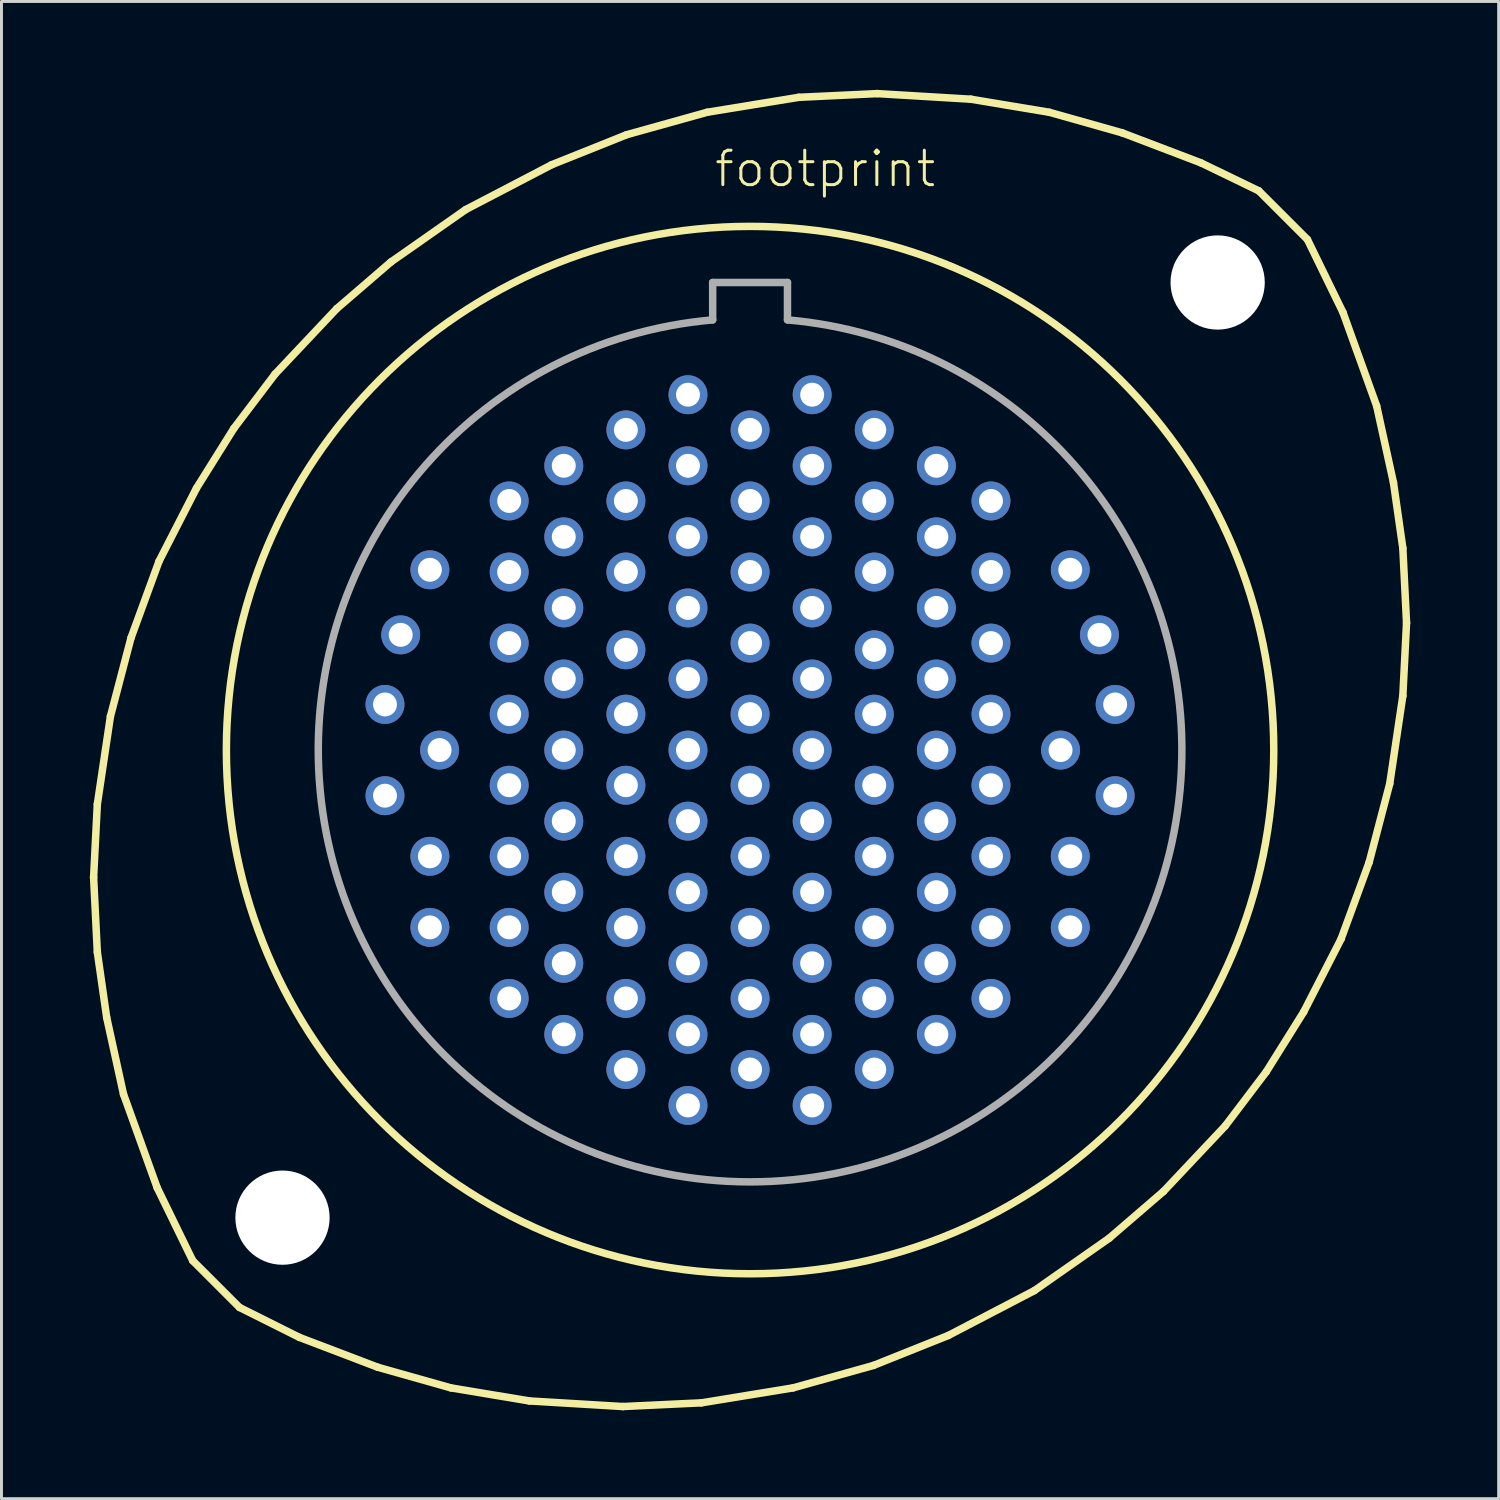
<source format=kicad_pcb>
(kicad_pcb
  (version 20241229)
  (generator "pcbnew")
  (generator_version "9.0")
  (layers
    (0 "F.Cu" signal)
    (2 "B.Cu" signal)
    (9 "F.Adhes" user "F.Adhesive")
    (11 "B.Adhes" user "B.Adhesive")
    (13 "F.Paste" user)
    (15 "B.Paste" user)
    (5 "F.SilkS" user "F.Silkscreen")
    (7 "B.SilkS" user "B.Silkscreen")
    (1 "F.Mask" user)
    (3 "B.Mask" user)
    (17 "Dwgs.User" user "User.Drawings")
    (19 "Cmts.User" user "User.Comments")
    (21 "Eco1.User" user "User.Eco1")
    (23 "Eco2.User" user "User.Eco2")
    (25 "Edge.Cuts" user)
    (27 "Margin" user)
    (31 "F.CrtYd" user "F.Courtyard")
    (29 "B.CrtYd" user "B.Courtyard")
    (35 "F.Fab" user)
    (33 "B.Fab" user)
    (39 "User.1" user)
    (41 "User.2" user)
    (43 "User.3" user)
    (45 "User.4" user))
  (footprint "footprint"
    (layer "F.Cu")
    (at 22.416 22.416)
    (property "Reference" "footprint" (at -1.27 -19.05 0) (layer "F.SilkS") (effects (font (size 1.168 1.168) (thickness 0.102)) (justify left bottom)))
    (fp_line (start -22.288 4.318) (end -22.162 1.841) (stroke (width 0.254) (type solid)) (layer "F.SilkS"))
    (fp_line (start -22.162 1.841) (end -21.717 -1.143) (stroke (width 0.254) (type solid)) (layer "F.SilkS"))
    (fp_line (start -22.162 6.858) (end -22.288 4.318) (stroke (width 0.254) (type solid)) (layer "F.SilkS"))
    (fp_line (start -21.844 9.081) (end -22.162 6.858) (stroke (width 0.254) (type solid)) (layer "F.SilkS"))
    (fp_line (start -21.717 -1.143) (end -21.018 -3.81) (stroke (width 0.254) (type solid)) (layer "F.SilkS"))
    (fp_line (start -21.273 11.684) (end -21.844 9.081) (stroke (width 0.254) (type solid)) (layer "F.SilkS"))
    (fp_line (start -21.018 -3.81) (end -20.066 -6.413) (stroke (width 0.254) (type solid)) (layer "F.SilkS"))
    (fp_line (start -20.13 14.859) (end -21.273 11.684) (stroke (width 0.254) (type solid)) (layer "F.SilkS"))
    (fp_line (start -20.066 -6.413) (end -18.796 -8.89) (stroke (width 0.254) (type solid)) (layer "F.SilkS"))
    (fp_line (start -18.923 17.335) (end -20.13 14.859) (stroke (width 0.254) (type solid)) (layer "F.SilkS"))
    (fp_line (start -18.923 17.335) (end -17.335 18.923) (stroke (width 0.254) (type solid)) (layer "F.SilkS"))
    (fp_line (start -18.796 -8.89) (end -17.526 -10.922) (stroke (width 0.254) (type solid)) (layer "F.SilkS"))
    (fp_line (start -17.526 -10.922) (end -16.129 -12.764) (stroke (width 0.254) (type solid)) (layer "F.SilkS"))
    (fp_line (start -16.129 -12.764) (end -14.034 -14.986) (stroke (width 0.254) (type solid)) (layer "F.SilkS"))
    (fp_line (start -15.303 19.939) (end -17.335 18.923) (stroke (width 0.254) (type solid)) (layer "F.SilkS"))
    (fp_line (start -14.034 -14.986) (end -12.192 -16.573) (stroke (width 0.254) (type solid)) (layer "F.SilkS"))
    (fp_line (start -12.636 20.955) (end -15.303 19.939) (stroke (width 0.254) (type solid)) (layer "F.SilkS"))
    (fp_line (start -12.192 -16.573) (end -9.652 -18.352) (stroke (width 0.254) (type solid)) (layer "F.SilkS"))
    (fp_line (start -10.16 21.654) (end -12.636 20.955) (stroke (width 0.254) (type solid)) (layer "F.SilkS"))
    (fp_line (start -9.652 -18.352) (end -6.731 -19.875) (stroke (width 0.254) (type solid)) (layer "F.SilkS"))
    (fp_line (start -7.493 22.098) (end -10.16 21.654) (stroke (width 0.254) (type solid)) (layer "F.SilkS"))
    (fp_line (start -6.731 -19.875) (end -4.191 -20.892) (stroke (width 0.254) (type solid)) (layer "F.SilkS"))
    (fp_line (start -4.318 22.288) (end -7.493 22.098) (stroke (width 0.254) (type solid)) (layer "F.SilkS"))
    (fp_line (start -4.191 -20.892) (end -1.46 -21.654) (stroke (width 0.254) (type solid)) (layer "F.SilkS"))
    (fp_line (start -1.651 22.162) (end -4.318 22.288) (stroke (width 0.254) (type solid)) (layer "F.SilkS"))
    (fp_line (start -1.46 -21.654) (end 1.651 -22.162) (stroke (width 0.254) (type solid)) (layer "F.SilkS"))
    (fp_line (start 1.46 21.654) (end -1.651 22.162) (stroke (width 0.254) (type solid)) (layer "F.SilkS"))
    (fp_line (start 1.651 -22.162) (end 4.318 -22.288) (stroke (width 0.254) (type solid)) (layer "F.SilkS"))
    (fp_line (start 4.191 20.892) (end 1.46 21.654) (stroke (width 0.254) (type solid)) (layer "F.SilkS"))
    (fp_line (start 4.318 -22.288) (end 7.493 -22.098) (stroke (width 0.254) (type solid)) (layer "F.SilkS"))
    (fp_line (start 6.731 19.875) (end 4.191 20.892) (stroke (width 0.254) (type solid)) (layer "F.SilkS"))
    (fp_line (start 7.493 -22.098) (end 10.16 -21.654) (stroke (width 0.254) (type solid)) (layer "F.SilkS"))
    (fp_line (start 9.652 18.352) (end 6.731 19.875) (stroke (width 0.254) (type solid)) (layer "F.SilkS"))
    (fp_line (start 10.16 -21.654) (end 12.636 -20.955) (stroke (width 0.254) (type solid)) (layer "F.SilkS"))
    (fp_line (start 12.192 16.573) (end 9.652 18.352) (stroke (width 0.254) (type solid)) (layer "F.SilkS"))
    (fp_line (start 12.636 -20.955) (end 15.303 -19.939) (stroke (width 0.254) (type solid)) (layer "F.SilkS"))
    (fp_line (start 14.034 14.986) (end 12.192 16.573) (stroke (width 0.254) (type solid)) (layer "F.SilkS"))
    (fp_line (start 15.303 -19.939) (end 17.272 -18.986) (stroke (width 0.254) (type solid)) (layer "F.SilkS"))
    (fp_line (start 16.129 12.764) (end 14.034 14.986) (stroke (width 0.254) (type solid)) (layer "F.SilkS"))
    (fp_line (start 17.526 10.922) (end 16.129 12.764) (stroke (width 0.254) (type solid)) (layer "F.SilkS"))
    (fp_line (start 18.796 8.89) (end 17.526 10.922) (stroke (width 0.254) (type solid)) (layer "F.SilkS"))
    (fp_line (start 18.923 -17.335) (end 17.272 -18.986) (stroke (width 0.254) (type solid)) (layer "F.SilkS"))
    (fp_line (start 18.923 -17.335) (end 20.13 -14.859) (stroke (width 0.254) (type solid)) (layer "F.SilkS"))
    (fp_line (start 20.066 6.413) (end 18.796 8.89) (stroke (width 0.254) (type solid)) (layer "F.SilkS"))
    (fp_line (start 20.13 -14.859) (end 21.273 -11.684) (stroke (width 0.254) (type solid)) (layer "F.SilkS"))
    (fp_line (start 21.018 3.81) (end 20.066 6.413) (stroke (width 0.254) (type solid)) (layer "F.SilkS"))
    (fp_line (start 21.273 -11.684) (end 21.844 -9.081) (stroke (width 0.254) (type solid)) (layer "F.SilkS"))
    (fp_line (start 21.717 1.143) (end 21.018 3.81) (stroke (width 0.254) (type solid)) (layer "F.SilkS"))
    (fp_line (start 21.844 -9.081) (end 22.162 -6.858) (stroke (width 0.254) (type solid)) (layer "F.SilkS"))
    (fp_line (start 22.162 -6.858) (end 22.288 -4.318) (stroke (width 0.254) (type solid)) (layer "F.SilkS"))
    (fp_line (start 22.162 -1.841) (end 21.717 1.143) (stroke (width 0.254) (type solid)) (layer "F.SilkS"))
    (fp_line (start 22.288 -4.318) (end 22.162 -1.841) (stroke (width 0.254) (type solid)) (layer "F.SilkS"))
    (fp_circle (center 0 0) (end 17.78 0) (stroke (width 0.254) (type solid)) (fill no) (layer "F.SilkS"))
    (fp_line (start -1.27 -15.875) (end 1.27 -15.875) (stroke (width 0.254) (type solid)) (layer "F.Fab"))
    (fp_line (start -1.27 -14.605) (end -1.27 -15.875) (stroke (width 0.254) (type solid)) (layer "F.Fab"))
    (fp_line (start 1.27 -15.875) (end 1.27 -14.605) (stroke (width 0.254) (type solid)) (layer "F.Fab"))
    (fp_arc (start 1.27 -14.605) (mid 0 14.660113) (end -1.27 -14.605) (stroke (width 0.254) (type solid)) (layer "F.Fab"))
    (pad "" np_thru_hole circle (at -15.875 15.875) (size 3.2 3.2) (drill 3.2) (layers "*.Cu" "*.Mask"))
    (pad "" np_thru_hole circle (at 15.875 -15.875) (size 3.2 3.2) (drill 3.2) (layers "*.Cu" "*.Mask"))
    (pad "1" thru_hole circle (at -10.871 -6.121) (size 1.321 1.321) (drill 0.813) (layers "*.Cu" "*.Mask"))
    (pad "2" thru_hole circle (at -11.862 -3.912) (size 1.321 1.321) (drill 0.813) (layers "*.Cu" "*.Mask"))
    (pad "3" thru_hole circle (at -12.395 -1.549) (size 1.321 1.321) (drill 0.813) (layers "*.Cu" "*.Mask"))
    (pad "4" thru_hole circle (at -10.541 0) (size 1.321 1.321) (drill 0.813) (layers "*.Cu" "*.Mask"))
    (pad "5" thru_hole circle (at -12.395 1.549) (size 1.321 1.321) (drill 0.813) (layers "*.Cu" "*.Mask"))
    (pad "6" thru_hole circle (at -10.871 3.607) (size 1.321 1.321) (drill 0.813) (layers "*.Cu" "*.Mask"))
    (pad "7" thru_hole circle (at -10.871 6.02) (size 1.321 1.321) (drill 0.813) (layers "*.Cu" "*.Mask"))
    (pad "8" thru_hole circle (at -8.179 -8.458) (size 1.321 1.321) (drill 0.813) (layers "*.Cu" "*.Mask"))
    (pad "9" thru_hole circle (at -8.179 -6.045) (size 1.321 1.321) (drill 0.813) (layers "*.Cu" "*.Mask"))
    (pad "10" thru_hole circle (at -8.179 -3.632) (size 1.321 1.321) (drill 0.813) (layers "*.Cu" "*.Mask"))
    (pad "11" thru_hole circle (at -8.179 -1.219) (size 1.321 1.321) (drill 0.813) (layers "*.Cu" "*.Mask"))
    (pad "12" thru_hole circle (at -8.179 1.194) (size 1.321 1.321) (drill 0.813) (layers "*.Cu" "*.Mask"))
    (pad "13" thru_hole circle (at -8.179 3.607) (size 1.321 1.321) (drill 0.813) (layers "*.Cu" "*.Mask"))
    (pad "14" thru_hole circle (at -8.179 6.02) (size 1.321 1.321) (drill 0.813) (layers "*.Cu" "*.Mask"))
    (pad "15" thru_hole circle (at -8.179 8.433) (size 1.321 1.321) (drill 0.813) (layers "*.Cu" "*.Mask"))
    (pad "16" thru_hole circle (at -6.325 -9.652) (size 1.321 1.321) (drill 0.813) (layers "*.Cu" "*.Mask"))
    (pad "17" thru_hole circle (at -6.325 -7.239) (size 1.321 1.321) (drill 0.813) (layers "*.Cu" "*.Mask"))
    (pad "18" thru_hole circle (at -6.325 -4.826) (size 1.321 1.321) (drill 0.813) (layers "*.Cu" "*.Mask"))
    (pad "19" thru_hole circle (at -6.325 -2.413) (size 1.321 1.321) (drill 0.813) (layers "*.Cu" "*.Mask"))
    (pad "20" thru_hole circle (at -6.325 0) (size 1.321 1.321) (drill 0.813) (layers "*.Cu" "*.Mask"))
    (pad "21" thru_hole circle (at -6.325 2.413) (size 1.321 1.321) (drill 0.813) (layers "*.Cu" "*.Mask"))
    (pad "22" thru_hole circle (at -6.325 4.826) (size 1.321 1.321) (drill 0.813) (layers "*.Cu" "*.Mask"))
    (pad "23" thru_hole circle (at -6.325 7.239) (size 1.321 1.321) (drill 0.813) (layers "*.Cu" "*.Mask"))
    (pad "24" thru_hole circle (at -6.325 9.652) (size 1.321 1.321) (drill 0.813) (layers "*.Cu" "*.Mask"))
    (pad "25" thru_hole circle (at -4.216 -10.871) (size 1.321 1.321) (drill 0.813) (layers "*.Cu" "*.Mask"))
    (pad "26" thru_hole circle (at -4.216 -8.458) (size 1.321 1.321) (drill 0.813) (layers "*.Cu" "*.Mask"))
    (pad "27" thru_hole circle (at -4.216 -6.045) (size 1.321 1.321) (drill 0.813) (layers "*.Cu" "*.Mask"))
    (pad "28" thru_hole circle (at -4.216 -3.404) (size 1.321 1.321) (drill 0.813) (layers "*.Cu" "*.Mask"))
    (pad "29" thru_hole circle (at -4.216 -1.219) (size 1.321 1.321) (drill 0.813) (layers "*.Cu" "*.Mask"))
    (pad "30" thru_hole circle (at -4.216 1.194) (size 1.321 1.321) (drill 0.813) (layers "*.Cu" "*.Mask"))
    (pad "31" thru_hole circle (at -4.216 3.607) (size 1.321 1.321) (drill 0.813) (layers "*.Cu" "*.Mask"))
    (pad "32" thru_hole circle (at -4.216 6.02) (size 1.321 1.321) (drill 0.813) (layers "*.Cu" "*.Mask"))
    (pad "33" thru_hole circle (at -4.216 8.433) (size 1.321 1.321) (drill 0.813) (layers "*.Cu" "*.Mask"))
    (pad "34" thru_hole circle (at -4.216 10.846) (size 1.321 1.321) (drill 0.813) (layers "*.Cu" "*.Mask"))
    (pad "35" thru_hole circle (at -2.108 -12.065) (size 1.321 1.321) (drill 0.813) (layers "*.Cu" "*.Mask"))
    (pad "36" thru_hole circle (at -2.108 -9.652) (size 1.321 1.321) (drill 0.813) (layers "*.Cu" "*.Mask"))
    (pad "37" thru_hole circle (at -2.108 -7.239) (size 1.321 1.321) (drill 0.813) (layers "*.Cu" "*.Mask"))
    (pad "38" thru_hole circle (at -2.108 -4.826) (size 1.321 1.321) (drill 0.813) (layers "*.Cu" "*.Mask"))
    (pad "39" thru_hole circle (at -2.108 -2.413) (size 1.321 1.321) (drill 0.813) (layers "*.Cu" "*.Mask"))
    (pad "40" thru_hole circle (at -2.108 0) (size 1.321 1.321) (drill 0.813) (layers "*.Cu" "*.Mask"))
    (pad "41" thru_hole circle (at -2.108 2.413) (size 1.321 1.321) (drill 0.813) (layers "*.Cu" "*.Mask"))
    (pad "42" thru_hole circle (at -2.108 4.826) (size 1.321 1.321) (drill 0.813) (layers "*.Cu" "*.Mask"))
    (pad "43" thru_hole circle (at -2.108 7.239) (size 1.321 1.321) (drill 0.813) (layers "*.Cu" "*.Mask"))
    (pad "44" thru_hole circle (at -2.108 9.652) (size 1.321 1.321) (drill 0.813) (layers "*.Cu" "*.Mask"))
    (pad "45" thru_hole circle (at -2.108 12.065) (size 1.321 1.321) (drill 0.813) (layers "*.Cu" "*.Mask"))
    (pad "46" thru_hole circle (at 0 -10.871) (size 1.321 1.321) (drill 0.813) (layers "*.Cu" "*.Mask"))
    (pad "47" thru_hole circle (at 0 -8.458) (size 1.321 1.321) (drill 0.813) (layers "*.Cu" "*.Mask"))
    (pad "48" thru_hole circle (at 0 -6.045) (size 1.321 1.321) (drill 0.813) (layers "*.Cu" "*.Mask"))
    (pad "49" thru_hole circle (at 0 -3.632) (size 1.321 1.321) (drill 0.813) (layers "*.Cu" "*.Mask"))
    (pad "50" thru_hole circle (at 0 -1.219) (size 1.321 1.321) (drill 0.813) (layers "*.Cu" "*.Mask"))
    (pad "51" thru_hole circle (at 0 1.194) (size 1.321 1.321) (drill 0.813) (layers "*.Cu" "*.Mask"))
    (pad "52" thru_hole circle (at 0 3.607) (size 1.321 1.321) (drill 0.813) (layers "*.Cu" "*.Mask"))
    (pad "53" thru_hole circle (at 0 6.02) (size 1.321 1.321) (drill 0.813) (layers "*.Cu" "*.Mask"))
    (pad "54" thru_hole circle (at 0 8.433) (size 1.321 1.321) (drill 0.813) (layers "*.Cu" "*.Mask"))
    (pad "55" thru_hole circle (at 0 10.846) (size 1.321 1.321) (drill 0.813) (layers "*.Cu" "*.Mask"))
    (pad "56" thru_hole circle (at 2.108 -12.065) (size 1.321 1.321) (drill 0.813) (layers "*.Cu" "*.Mask"))
    (pad "57" thru_hole circle (at 2.108 -9.652) (size 1.321 1.321) (drill 0.813) (layers "*.Cu" "*.Mask"))
    (pad "58" thru_hole circle (at 2.108 -7.239) (size 1.321 1.321) (drill 0.813) (layers "*.Cu" "*.Mask"))
    (pad "59" thru_hole circle (at 2.108 -4.826) (size 1.321 1.321) (drill 0.813) (layers "*.Cu" "*.Mask"))
    (pad "60" thru_hole circle (at 2.108 -2.413) (size 1.321 1.321) (drill 0.813) (layers "*.Cu" "*.Mask"))
    (pad "61" thru_hole circle (at 2.108 0) (size 1.321 1.321) (drill 0.813) (layers "*.Cu" "*.Mask"))
    (pad "62" thru_hole circle (at 2.108 2.413) (size 1.321 1.321) (drill 0.813) (layers "*.Cu" "*.Mask"))
    (pad "63" thru_hole circle (at 2.108 4.826) (size 1.321 1.321) (drill 0.813) (layers "*.Cu" "*.Mask"))
    (pad "64" thru_hole circle (at 2.108 7.239) (size 1.321 1.321) (drill 0.813) (layers "*.Cu" "*.Mask"))
    (pad "65" thru_hole circle (at 2.108 9.652) (size 1.321 1.321) (drill 0.813) (layers "*.Cu" "*.Mask"))
    (pad "66" thru_hole circle (at 2.108 12.065) (size 1.321 1.321) (drill 0.813) (layers "*.Cu" "*.Mask"))
    (pad "67" thru_hole circle (at 4.216 -10.871) (size 1.321 1.321) (drill 0.813) (layers "*.Cu" "*.Mask"))
    (pad "68" thru_hole circle (at 4.216 -8.458) (size 1.321 1.321) (drill 0.813) (layers "*.Cu" "*.Mask"))
    (pad "69" thru_hole circle (at 4.216 -6.045) (size 1.321 1.321) (drill 0.813) (layers "*.Cu" "*.Mask"))
    (pad "70" thru_hole circle (at 4.216 -3.404) (size 1.321 1.321) (drill 0.813) (layers "*.Cu" "*.Mask"))
    (pad "71" thru_hole circle (at 4.216 -1.219) (size 1.321 1.321) (drill 0.813) (layers "*.Cu" "*.Mask"))
    (pad "72" thru_hole circle (at 4.216 1.194) (size 1.321 1.321) (drill 0.813) (layers "*.Cu" "*.Mask"))
    (pad "73" thru_hole circle (at 4.216 3.607) (size 1.321 1.321) (drill 0.813) (layers "*.Cu" "*.Mask"))
    (pad "74" thru_hole circle (at 4.216 6.02) (size 1.321 1.321) (drill 0.813) (layers "*.Cu" "*.Mask"))
    (pad "75" thru_hole circle (at 4.216 8.433) (size 1.321 1.321) (drill 0.813) (layers "*.Cu" "*.Mask"))
    (pad "76" thru_hole circle (at 4.216 10.846) (size 1.321 1.321) (drill 0.813) (layers "*.Cu" "*.Mask"))
    (pad "77" thru_hole circle (at 6.325 -9.652) (size 1.321 1.321) (drill 0.813) (layers "*.Cu" "*.Mask"))
    (pad "78" thru_hole circle (at 6.325 -7.239) (size 1.321 1.321) (drill 0.813) (layers "*.Cu" "*.Mask"))
    (pad "79" thru_hole circle (at 6.325 -4.826) (size 1.321 1.321) (drill 0.813) (layers "*.Cu" "*.Mask"))
    (pad "80" thru_hole circle (at 6.325 -2.413) (size 1.321 1.321) (drill 0.813) (layers "*.Cu" "*.Mask"))
    (pad "81" thru_hole circle (at 6.325 0) (size 1.321 1.321) (drill 0.813) (layers "*.Cu" "*.Mask"))
    (pad "82" thru_hole circle (at 6.325 2.413) (size 1.321 1.321) (drill 0.813) (layers "*.Cu" "*.Mask"))
    (pad "83" thru_hole circle (at 6.325 4.826) (size 1.321 1.321) (drill 0.813) (layers "*.Cu" "*.Mask"))
    (pad "84" thru_hole circle (at 6.325 7.239) (size 1.321 1.321) (drill 0.813) (layers "*.Cu" "*.Mask"))
    (pad "85" thru_hole circle (at 6.325 9.652) (size 1.321 1.321) (drill 0.813) (layers "*.Cu" "*.Mask"))
    (pad "86" thru_hole circle (at 8.179 -8.458) (size 1.321 1.321) (drill 0.813) (layers "*.Cu" "*.Mask"))
    (pad "87" thru_hole circle (at 8.179 -6.045) (size 1.321 1.321) (drill 0.813) (layers "*.Cu" "*.Mask"))
    (pad "88" thru_hole circle (at 8.179 -3.632) (size 1.321 1.321) (drill 0.813) (layers "*.Cu" "*.Mask"))
    (pad "89" thru_hole circle (at 8.179 -1.219) (size 1.321 1.321) (drill 0.813) (layers "*.Cu" "*.Mask"))
    (pad "90" thru_hole circle (at 8.179 1.194) (size 1.321 1.321) (drill 0.813) (layers "*.Cu" "*.Mask"))
    (pad "91" thru_hole circle (at 8.179 3.607) (size 1.321 1.321) (drill 0.813) (layers "*.Cu" "*.Mask"))
    (pad "92" thru_hole circle (at 8.179 6.02) (size 1.321 1.321) (drill 0.813) (layers "*.Cu" "*.Mask"))
    (pad "93" thru_hole circle (at 8.179 8.433) (size 1.321 1.321) (drill 0.813) (layers "*.Cu" "*.Mask"))
    (pad "94" thru_hole circle (at 10.871 -6.121) (size 1.321 1.321) (drill 0.813) (layers "*.Cu" "*.Mask"))
    (pad "95" thru_hole circle (at 11.862 -3.912) (size 1.321 1.321) (drill 0.813) (layers "*.Cu" "*.Mask"))
    (pad "96" thru_hole circle (at 12.395 -1.549) (size 1.321 1.321) (drill 0.813) (layers "*.Cu" "*.Mask"))
    (pad "97" thru_hole circle (at 10.541 0) (size 1.321 1.321) (drill 0.813) (layers "*.Cu" "*.Mask"))
    (pad "98" thru_hole circle (at 12.395 1.549) (size 1.321 1.321) (drill 0.813) (layers "*.Cu" "*.Mask"))
    (pad "99" thru_hole circle (at 10.871 3.607) (size 1.321 1.321) (drill 0.813) (layers "*.Cu" "*.Mask"))
    (pad "100" thru_hole circle (at 10.871 6.02) (size 1.321 1.321) (drill 0.813) (layers "*.Cu" "*.Mask")))
  (gr_rect
    (start -3 -3)
    (end 47.831 47.831)
    (stroke (width 0.1) (type default))
    (fill no)
    (layer "Edge.Cuts")))
</source>
